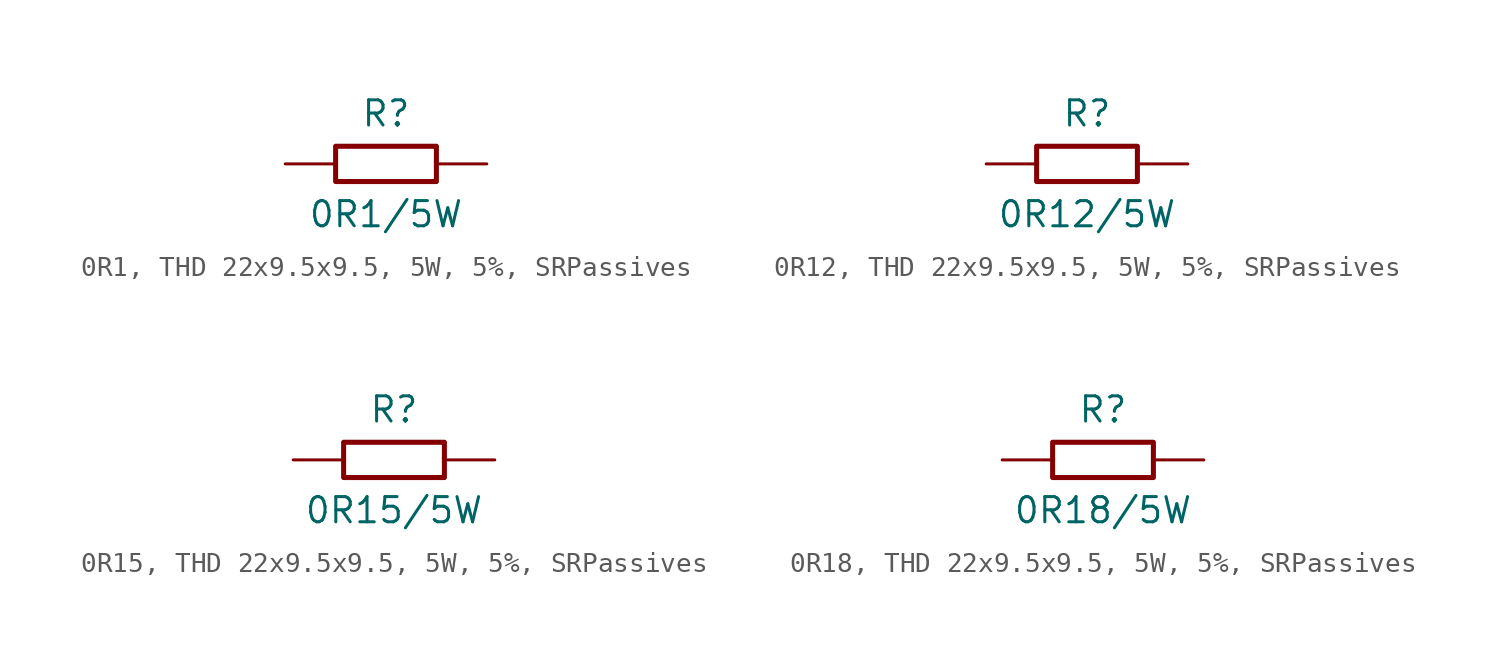
<source format=kicad_sym>
(kicad_symbol_lib
  (version 20241209)
  (generator "kicad_symbol_editor")
  (generator_version "9.0")
  (symbol "0R1, THD 22x9.5x9.5, 5W, 5%, SRPassives"
    (pin_numbers
      (hide yes))
    (pin_names
      (offset 0)
      (hide yes))
    (property "Reference" "R"
      (at 0 2.54 0)
      (effects (font (size 1.27 1.27))))
    (property "Value" "0R1/5W"
      (at 0 -2.54 0)
      (effects (font (size 1.27 1.27))))
    (symbol "0R1, THD 22x9.5x9.5, 5W, 5%, SRPassives_0_1"
      (rectangle (start -2.54 0.889) (end 2.54 -0.889) (stroke (width 0.254) (type default)) (fill (type none))))
    (symbol "0R1, THD 22x9.5x9.5, 5W, 5%, SRPassives_1_1"
      (pin passive line (at -5.08 0 0) (length 2.54) (name "1" (effects (font (size 1.27 1.27)))) (number "1" (effects (font (size 1.27 1.27)))))
      (pin passive line (at 5.08 0 180) (length 2.54) (name "2" (effects (font (size 1.27 1.27)))) (number "2" (effects (font (size 1.27 1.27)))))))
  (symbol "0R12, THD 22x9.5x9.5, 5W, 5%, SRPassives"
    (pin_numbers
      (hide yes))
    (pin_names
      (offset 0)
      (hide yes))
    (property "Reference" "R"
      (at 0 2.54 0)
      (effects (font (size 1.27 1.27))))
    (property "Value" "0R12/5W"
      (at 0 -2.54 0)
      (effects (font (size 1.27 1.27))))
    (symbol "0R12, THD 22x9.5x9.5, 5W, 5%, SRPassives_0_1"
      (rectangle (start -2.54 0.889) (end 2.54 -0.889) (stroke (width 0.254) (type default)) (fill (type none))))
    (symbol "0R12, THD 22x9.5x9.5, 5W, 5%, SRPassives_1_1"
      (pin passive line (at -5.08 0 0) (length 2.54) (name "1" (effects (font (size 1.27 1.27)))) (number "1" (effects (font (size 1.27 1.27)))))
      (pin passive line (at 5.08 0 180) (length 2.54) (name "2" (effects (font (size 1.27 1.27)))) (number "2" (effects (font (size 1.27 1.27)))))))
  (symbol "0R15, THD 22x9.5x9.5, 5W, 5%, SRPassives"
    (pin_numbers
      (hide yes))
    (pin_names
      (offset 0)
      (hide yes))
    (property "Reference" "R"
      (at 0 2.54 0)
      (effects (font (size 1.27 1.27))))
    (property "Value" "0R15/5W"
      (at 0 -2.54 0)
      (effects (font (size 1.27 1.27))))
    (symbol "0R15, THD 22x9.5x9.5, 5W, 5%, SRPassives_0_1"
      (rectangle (start -2.54 0.889) (end 2.54 -0.889) (stroke (width 0.254) (type default)) (fill (type none))))
    (symbol "0R15, THD 22x9.5x9.5, 5W, 5%, SRPassives_1_1"
      (pin passive line (at -5.08 0 0) (length 2.54) (name "1" (effects (font (size 1.27 1.27)))) (number "1" (effects (font (size 1.27 1.27)))))
      (pin passive line (at 5.08 0 180) (length 2.54) (name "2" (effects (font (size 1.27 1.27)))) (number "2" (effects (font (size 1.27 1.27)))))))
  (symbol "0R18, THD 22x9.5x9.5, 5W, 5%, SRPassives"
    (pin_numbers
      (hide yes))
    (pin_names
      (offset 0)
      (hide yes))
    (property "Reference" "R"
      (at 0 2.54 0)
      (effects (font (size 1.27 1.27))))
    (property "Value" "0R18/5W"
      (at 0 -2.54 0)
      (effects (font (size 1.27 1.27))))
    (symbol "0R18, THD 22x9.5x9.5, 5W, 5%, SRPassives_0_1"
      (rectangle (start -2.54 0.889) (end 2.54 -0.889) (stroke (width 0.254) (type default)) (fill (type none))))
    (symbol "0R18, THD 22x9.5x9.5, 5W, 5%, SRPassives_1_1"
      (pin passive line (at -5.08 0 0) (length 2.54) (name "1" (effects (font (size 1.27 1.27)))) (number "1" (effects (font (size 1.27 1.27)))))
      (pin passive line (at 5.08 0 180) (length 2.54) (name "2" (effects (font (size 1.27 1.27)))) (number "2" (effects (font (size 1.27 1.27))))))))
</source>
